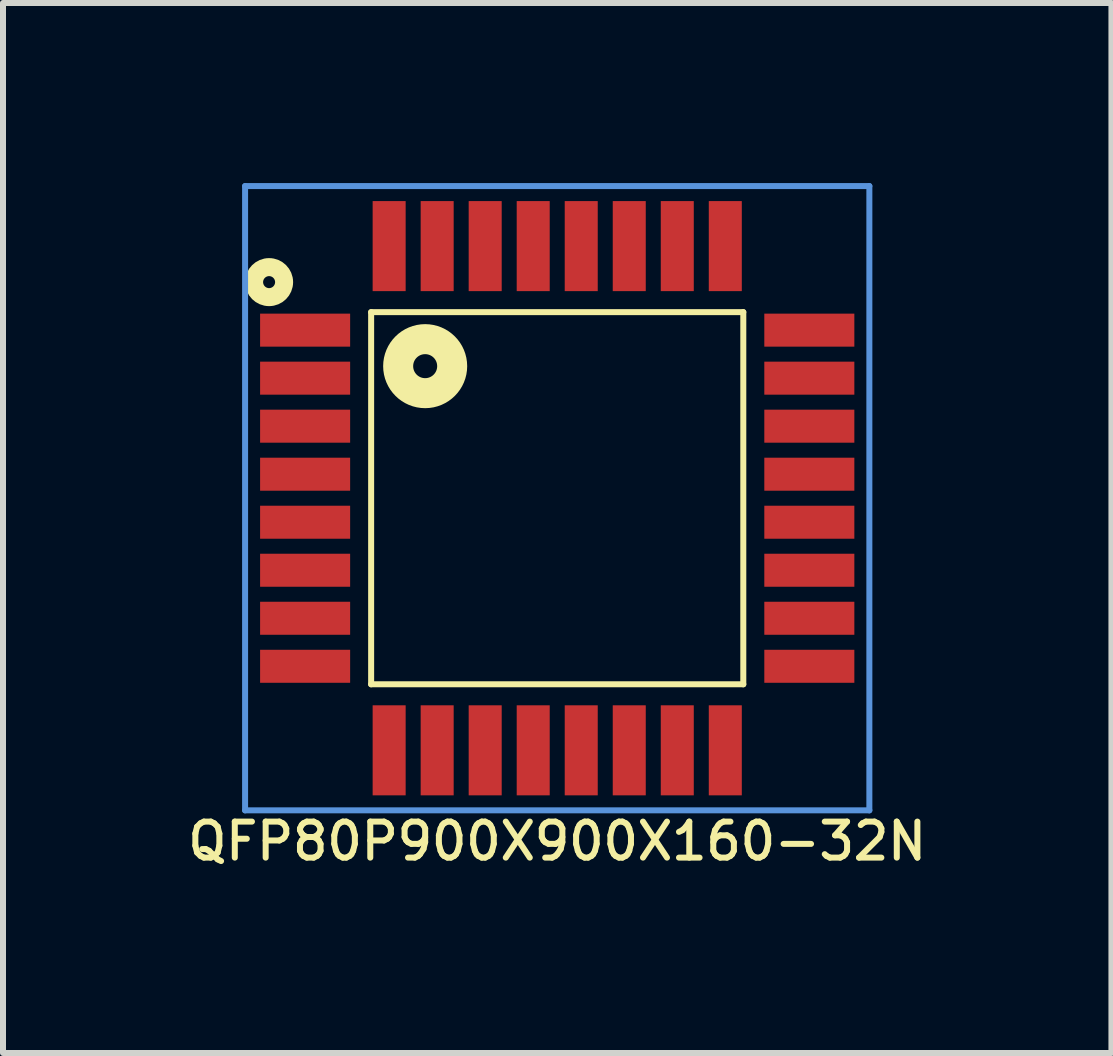
<source format=kicad_pcb>
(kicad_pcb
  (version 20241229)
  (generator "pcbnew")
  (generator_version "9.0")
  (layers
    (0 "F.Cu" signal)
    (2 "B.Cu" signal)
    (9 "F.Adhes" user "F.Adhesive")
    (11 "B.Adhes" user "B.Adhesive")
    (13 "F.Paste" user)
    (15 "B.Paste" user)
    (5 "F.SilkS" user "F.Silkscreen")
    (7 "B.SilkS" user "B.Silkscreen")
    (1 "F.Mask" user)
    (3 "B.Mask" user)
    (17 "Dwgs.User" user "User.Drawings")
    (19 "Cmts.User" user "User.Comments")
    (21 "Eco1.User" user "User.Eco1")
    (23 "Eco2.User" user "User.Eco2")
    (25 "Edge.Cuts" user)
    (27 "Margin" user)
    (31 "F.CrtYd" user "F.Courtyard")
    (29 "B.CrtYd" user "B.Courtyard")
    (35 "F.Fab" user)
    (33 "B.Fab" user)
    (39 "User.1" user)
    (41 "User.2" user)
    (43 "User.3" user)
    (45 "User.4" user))
  (footprint "QFP80P900X900X160-32N"
    (layer "F.Cu")
    (at 6.233 5.25)
    (property "Reference" "QFP80P900X900X160-32N" (at 0 5.715 0) (layer "F.SilkS") (effects (font (size 0.6 0.6) (thickness 0.1))))
    (attr through_hole)
    (fp_line (start -3.1 -3.1) (end 3.1 -3.1) (stroke (width 0.1) (type solid)) (layer "F.SilkS"))
    (fp_line (start -3.1 3.1) (end -3.1 -3.1) (stroke (width 0.1) (type solid)) (layer "F.SilkS"))
    (fp_line (start 3.1 -3.1) (end 3.1 3.1) (stroke (width 0.1) (type solid)) (layer "F.SilkS"))
    (fp_line (start 3.1 3.1) (end -3.1 3.1) (stroke (width 0.1) (type solid)) (layer "F.SilkS"))
    (fp_circle (center -4.8 -3.6) (end -4.7 -3.6) (stroke (width 0.3) (type solid)) (fill no) (layer "F.SilkS"))
    (fp_circle (center -2.2 -2.2) (end -2 -2.2) (stroke (width 0.5) (type solid)) (fill no) (layer "F.SilkS"))
    (fp_line (start -5.2 -5.2) (end 5.2 -5.2) (stroke (width 0.1) (type solid)) (layer "Cmts.User"))
    (fp_line (start -5.2 5.2) (end -5.2 -5.2) (stroke (width 0.1) (type solid)) (layer "Cmts.User"))
    (fp_line (start 5.2 -5.2) (end 5.2 5.2) (stroke (width 0.1) (type solid)) (layer "Cmts.User"))
    (fp_line (start 5.2 5.2) (end -5.2 5.2) (stroke (width 0.1) (type solid)) (layer "Cmts.User"))
    (pad "1" smd rect (at -4.2 -2.8) (size 1.5 0.55) (layers "F.Cu" "F.Mask" "F.Paste"))
    (pad "2" smd rect (at -4.2 -2) (size 1.5 0.55) (layers "F.Cu" "F.Mask" "F.Paste"))
    (pad "3" smd rect (at -4.2 -1.2) (size 1.5 0.55) (layers "F.Cu" "F.Mask" "F.Paste"))
    (pad "4" smd rect (at -4.2 -0.4) (size 1.5 0.55) (layers "F.Cu" "F.Mask" "F.Paste"))
    (pad "5" smd rect (at -4.2 0.4) (size 1.5 0.55) (layers "F.Cu" "F.Mask" "F.Paste"))
    (pad "6" smd rect (at -4.2 1.2) (size 1.5 0.55) (layers "F.Cu" "F.Mask" "F.Paste"))
    (pad "7" smd rect (at -4.2 2) (size 1.5 0.55) (layers "F.Cu" "F.Mask" "F.Paste"))
    (pad "8" smd rect (at -4.2 2.8) (size 1.5 0.55) (layers "F.Cu" "F.Mask" "F.Paste"))
    (pad "9" smd rect (at -2.8 4.2) (size 0.55 1.5) (layers "F.Cu" "F.Mask" "F.Paste"))
    (pad "10" smd rect (at -2 4.2) (size 0.55 1.5) (layers "F.Cu" "F.Mask" "F.Paste"))
    (pad "11" smd rect (at -1.2 4.2) (size 0.55 1.5) (layers "F.Cu" "F.Mask" "F.Paste"))
    (pad "12" smd rect (at -0.4 4.2) (size 0.55 1.5) (layers "F.Cu" "F.Mask" "F.Paste"))
    (pad "13" smd rect (at 0.4 4.2) (size 0.55 1.5) (layers "F.Cu" "F.Mask" "F.Paste"))
    (pad "14" smd rect (at 1.2 4.2) (size 0.55 1.5) (layers "F.Cu" "F.Mask" "F.Paste"))
    (pad "15" smd rect (at 2 4.2) (size 0.55 1.5) (layers "F.Cu" "F.Mask" "F.Paste"))
    (pad "16" smd rect (at 2.8 4.2) (size 0.55 1.5) (layers "F.Cu" "F.Mask" "F.Paste"))
    (pad "17" smd rect (at 4.2 2.8) (size 1.5 0.55) (layers "F.Cu" "F.Mask" "F.Paste"))
    (pad "18" smd rect (at 4.2 2) (size 1.5 0.55) (layers "F.Cu" "F.Mask" "F.Paste"))
    (pad "19" smd rect (at 4.2 1.2) (size 1.5 0.55) (layers "F.Cu" "F.Mask" "F.Paste"))
    (pad "20" smd rect (at 4.2 0.4) (size 1.5 0.55) (layers "F.Cu" "F.Mask" "F.Paste"))
    (pad "21" smd rect (at 4.2 -0.4) (size 1.5 0.55) (layers "F.Cu" "F.Mask" "F.Paste"))
    (pad "22" smd rect (at 4.2 -1.2) (size 1.5 0.55) (layers "F.Cu" "F.Mask" "F.Paste"))
    (pad "23" smd rect (at 4.2 -2) (size 1.5 0.55) (layers "F.Cu" "F.Mask" "F.Paste"))
    (pad "24" smd rect (at 4.2 -2.8) (size 1.5 0.55) (layers "F.Cu" "F.Mask" "F.Paste"))
    (pad "25" smd rect (at 2.8 -4.2) (size 0.55 1.5) (layers "F.Cu" "F.Mask" "F.Paste"))
    (pad "26" smd rect (at 2 -4.2) (size 0.55 1.5) (layers "F.Cu" "F.Mask" "F.Paste"))
    (pad "27" smd rect (at 1.2 -4.2) (size 0.55 1.5) (layers "F.Cu" "F.Mask" "F.Paste"))
    (pad "28" smd rect (at 0.4 -4.2) (size 0.55 1.5) (layers "F.Cu" "F.Mask" "F.Paste"))
    (pad "29" smd rect (at -0.4 -4.2) (size 0.55 1.5) (layers "F.Cu" "F.Mask" "F.Paste"))
    (pad "30" smd rect (at -1.2 -4.2) (size 0.55 1.5) (layers "F.Cu" "F.Mask" "F.Paste"))
    (pad "31" smd rect (at -2 -4.2) (size 0.55 1.5) (layers "F.Cu" "F.Mask" "F.Paste"))
    (pad "32" smd rect (at -2.8 -4.2) (size 0.55 1.5) (layers "F.Cu" "F.Mask" "F.Paste")))
  (gr_rect
    (start -3 -3)
    (end 15.466 14.492)
    (stroke (width 0.1) (type default))
    (fill no)
    (layer "Edge.Cuts")))
</source>
